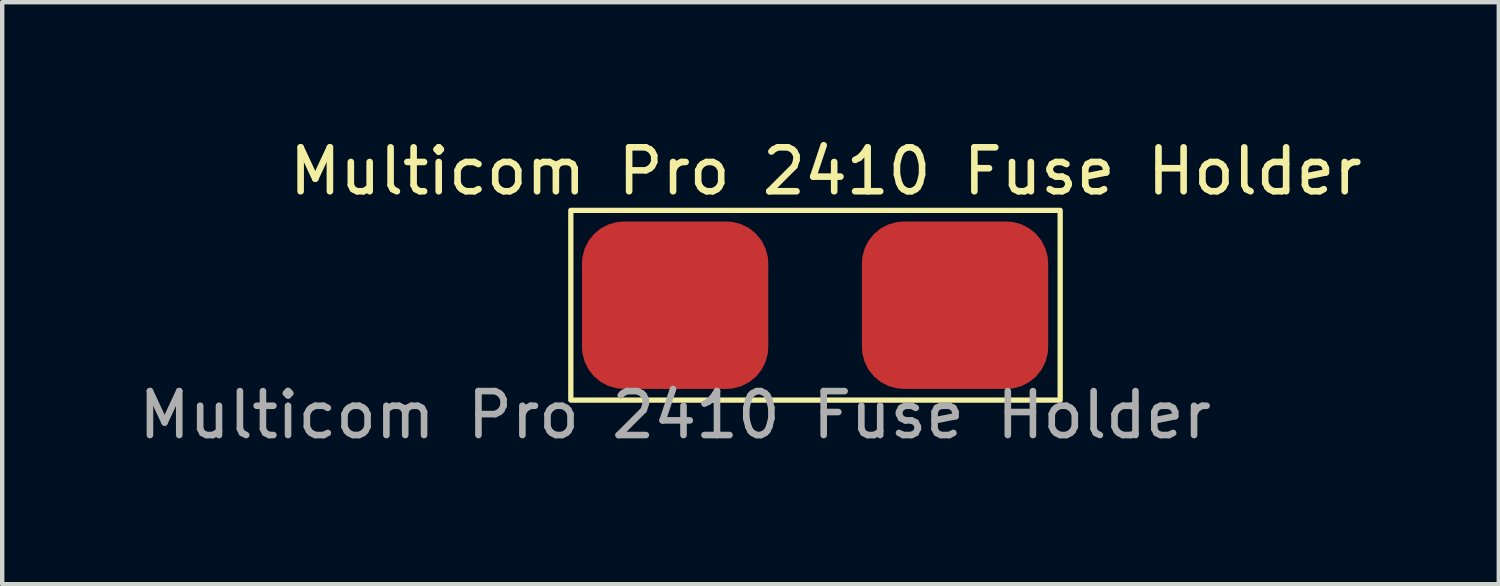
<source format=kicad_pcb>
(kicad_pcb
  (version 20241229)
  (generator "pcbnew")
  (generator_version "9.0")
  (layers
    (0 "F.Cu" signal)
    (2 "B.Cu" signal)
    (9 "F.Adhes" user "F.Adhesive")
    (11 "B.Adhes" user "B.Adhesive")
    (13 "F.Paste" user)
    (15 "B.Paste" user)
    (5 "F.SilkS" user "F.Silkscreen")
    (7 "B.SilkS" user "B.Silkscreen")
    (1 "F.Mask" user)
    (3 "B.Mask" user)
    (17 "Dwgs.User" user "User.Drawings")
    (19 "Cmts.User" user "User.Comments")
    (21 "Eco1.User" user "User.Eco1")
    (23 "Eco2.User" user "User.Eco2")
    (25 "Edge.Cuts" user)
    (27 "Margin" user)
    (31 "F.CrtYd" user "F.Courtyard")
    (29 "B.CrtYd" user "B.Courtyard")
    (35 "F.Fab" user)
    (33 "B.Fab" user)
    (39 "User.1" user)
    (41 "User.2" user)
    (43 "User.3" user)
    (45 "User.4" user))
  (footprint "Multicom Pro 2410 Fuse Holder"
    (layer "F.Cu")
    (at 12.315 3.896)
    (property "Reference" "Multicom Pro 2410 Fuse Holder" (at 3.429 -3.048 0) (unlocked yes) (layer "F.SilkS") (effects (font (size 1 1) (thickness 0.15))))
    (attr smd)
    (fp_rect (start -2.374 -2.159) (end 8.763 2.159) (stroke (width 0.12) (type default)) (fill no) (layer "F.SilkS"))
    (fp_text user "${REFERENCE}" (at 0 2.5 0) (unlocked yes) (layer "F.Fab") (effects (font (size 1 1) (thickness 0.15))))
    (pad "1" smd roundrect (at 0 0) (size 4.24 3.81) (layers "F.Cu" "F.Mask" "F.Paste") (roundrect_rratio 0.25))
    (pad "2" smd roundrect (at 6.37 0) (size 4.24 3.81) (layers "F.Cu" "F.Mask" "F.Paste") (roundrect_rratio 0.25)))
  (gr_rect
    (start -3 -3)
    (end 31.06 10.245)
    (stroke (width 0.1) (type default))
    (fill no)
    (layer "Edge.Cuts")))
</source>
